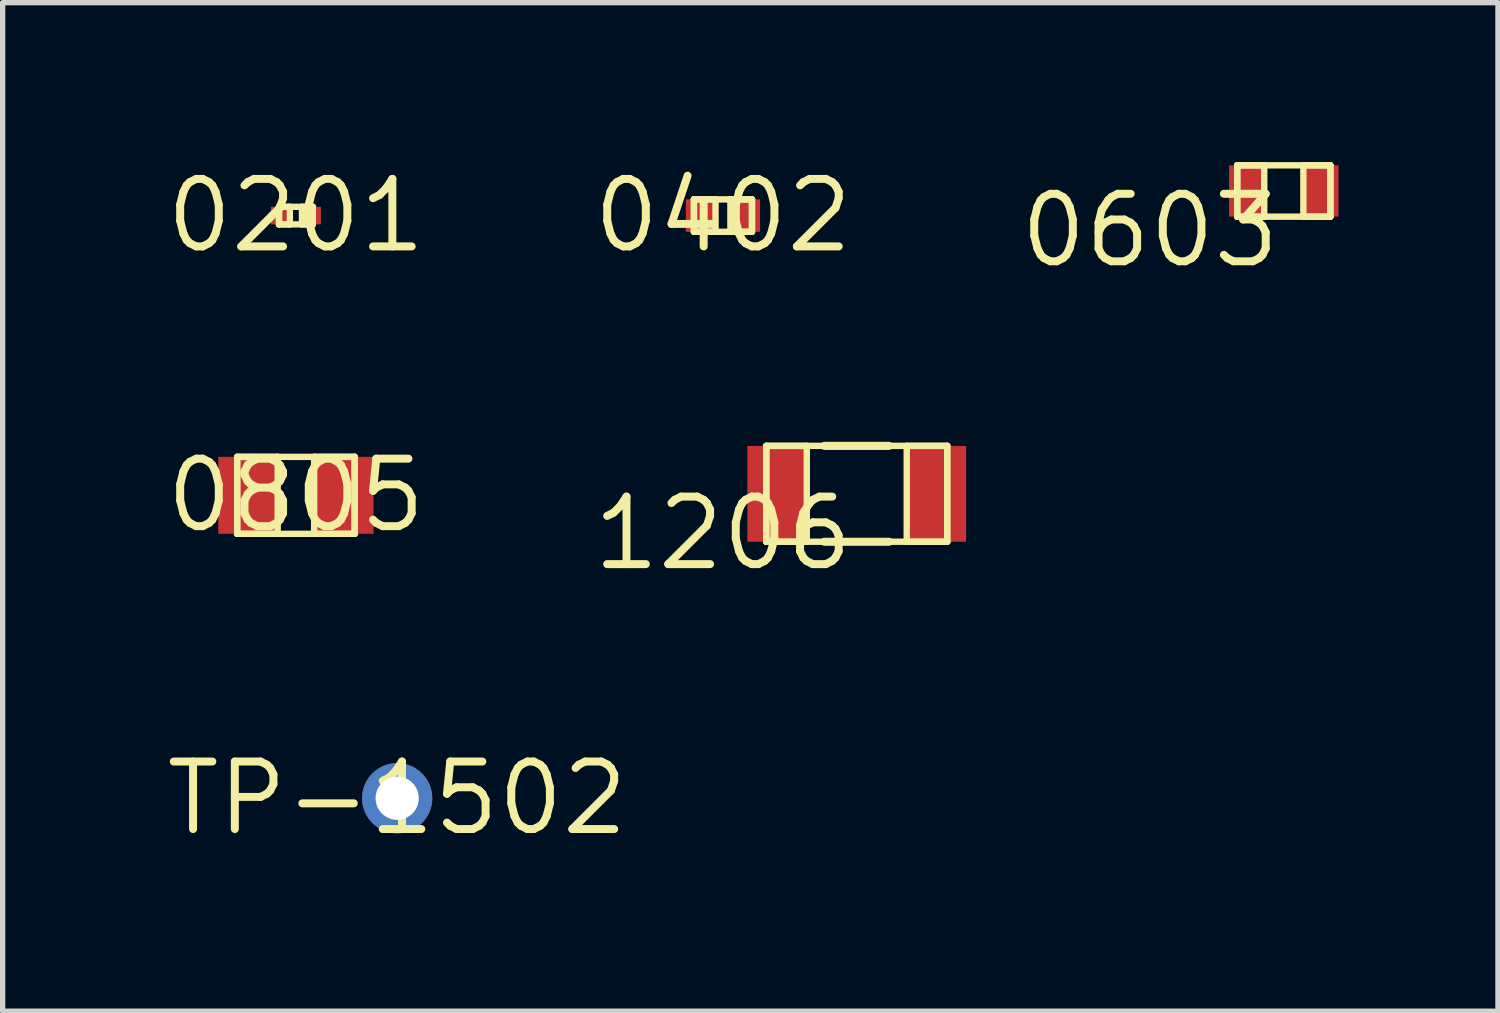
<source format=kicad_pcb>
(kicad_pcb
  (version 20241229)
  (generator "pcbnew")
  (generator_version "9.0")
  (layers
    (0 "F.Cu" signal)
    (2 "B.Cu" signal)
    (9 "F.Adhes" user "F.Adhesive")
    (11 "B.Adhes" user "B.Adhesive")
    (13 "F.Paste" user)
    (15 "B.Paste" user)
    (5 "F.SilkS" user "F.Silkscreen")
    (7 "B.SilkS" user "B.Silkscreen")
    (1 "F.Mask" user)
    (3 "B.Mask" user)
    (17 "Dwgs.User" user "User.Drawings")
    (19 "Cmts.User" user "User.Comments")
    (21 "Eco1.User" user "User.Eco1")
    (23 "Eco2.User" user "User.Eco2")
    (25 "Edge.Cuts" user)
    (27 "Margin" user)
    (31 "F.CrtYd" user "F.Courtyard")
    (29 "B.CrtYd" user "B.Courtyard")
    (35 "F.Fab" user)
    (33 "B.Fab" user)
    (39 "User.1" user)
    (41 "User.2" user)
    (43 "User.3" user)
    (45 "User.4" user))
  (footprint "0402"
    (layer "F.Cu")
    (at 10.551 1.006)
    (property "Reference" "0402" (at 0 0 0) (layer "F.SilkS") (effects (font (size 1.27 1.27) (thickness 0.15))))
    (attr through_hole)
    (fp_line (start -0.546 -0.305) (end -0.546 0.305) (stroke (width 0.12) (type solid)) (layer "F.SilkS"))
    (fp_line (start -0.546 -0.305) (end -0.546 0.305) (stroke (width 0.12) (type solid)) (layer "F.SilkS"))
    (fp_line (start -0.546 0.305) (end -0.14 0.305) (stroke (width 0.12) (type solid)) (layer "F.SilkS"))
    (fp_line (start -0.546 0.305) (end 0.546 0.305) (stroke (width 0.12) (type solid)) (layer "F.SilkS"))
    (fp_line (start -0.14 -0.305) (end -0.546 -0.305) (stroke (width 0.12) (type solid)) (layer "F.SilkS"))
    (fp_line (start -0.14 0.305) (end -0.14 -0.305) (stroke (width 0.12) (type solid)) (layer "F.SilkS"))
    (fp_line (start 0.14 -0.305) (end 0.14 0.305) (stroke (width 0.12) (type solid)) (layer "F.SilkS"))
    (fp_line (start 0.14 0.305) (end 0.546 0.305) (stroke (width 0.12) (type solid)) (layer "F.SilkS"))
    (fp_line (start 0.546 -0.305) (end -0.546 -0.305) (stroke (width 0.12) (type solid)) (layer "F.SilkS"))
    (fp_line (start 0.546 -0.305) (end 0.14 -0.305) (stroke (width 0.12) (type solid)) (layer "F.SilkS"))
    (fp_line (start 0.546 0.305) (end 0.546 -0.305) (stroke (width 0.12) (type solid)) (layer "F.SilkS"))
    (fp_line (start 0.546 0.305) (end 0.546 -0.305) (stroke (width 0.12) (type solid)) (layer "F.SilkS"))
    (pad "1" smd rect (at -0.419 0) (size 0.559 0.61) (layers "F.Cu" "F.Mask" "F.Paste"))
    (pad "2" smd rect (at 0.419 0) (size 0.559 0.61) (layers "F.Cu" "F.Mask" "F.Paste")))
  (footprint "0201"
    (layer "F.Cu")
    (at 2.517 1.006)
    (property "Reference" "0201" (at 0 0 0) (layer "F.SilkS") (effects (font (size 1.27 1.27) (thickness 0.15))))
    (attr through_hole)
    (fp_line (start -0.318 -0.165) (end -0.318 0.165) (stroke (width 0.12) (type solid)) (layer "F.SilkS"))
    (fp_line (start -0.318 -0.165) (end -0.318 0.165) (stroke (width 0.12) (type solid)) (layer "F.SilkS"))
    (fp_line (start -0.318 0.165) (end -0.114 0.165) (stroke (width 0.12) (type solid)) (layer "F.SilkS"))
    (fp_line (start -0.318 0.165) (end 0.318 0.165) (stroke (width 0.12) (type solid)) (layer "F.SilkS"))
    (fp_line (start -0.114 -0.165) (end -0.318 -0.165) (stroke (width 0.12) (type solid)) (layer "F.SilkS"))
    (fp_line (start -0.114 0.165) (end -0.114 -0.165) (stroke (width 0.12) (type solid)) (layer "F.SilkS"))
    (fp_line (start 0.114 -0.165) (end 0.114 0.165) (stroke (width 0.12) (type solid)) (layer "F.SilkS"))
    (fp_line (start 0.114 0.165) (end 0.318 0.165) (stroke (width 0.12) (type solid)) (layer "F.SilkS"))
    (fp_line (start 0.318 -0.165) (end -0.318 -0.165) (stroke (width 0.12) (type solid)) (layer "F.SilkS"))
    (fp_line (start 0.318 -0.165) (end 0.114 -0.165) (stroke (width 0.12) (type solid)) (layer "F.SilkS"))
    (fp_line (start 0.318 0.165) (end 0.318 -0.165) (stroke (width 0.12) (type solid)) (layer "F.SilkS"))
    (fp_line (start 0.318 0.165) (end 0.318 -0.165) (stroke (width 0.12) (type solid)) (layer "F.SilkS"))
    (pad "1" smd rect (at -0.292 0) (size 0.356 0.33) (layers "F.Cu" "F.Mask" "F.Paste"))
    (pad "2" smd rect (at 0.292 0) (size 0.356 0.33) (layers "F.Cu" "F.Mask" "F.Paste")))
  (footprint "TP-1502"
    (layer "F.Cu")
    (at 4.422 11.967)
    (property "Reference" "TP-1502" (at 0 0 0) (layer "F.SilkS") (effects (font (size 1.27 1.27) (thickness 0.15))))
    (attr through_hole)
    (pad "1" thru_hole circle (at 0 0) (size 1.321 1.321) (drill 0.813) (layers "*.Cu" "*.Mask")))
  (footprint "0805"
    (layer "F.Cu")
    (at 2.517 6.269)
    (property "Reference" "0805" (at 0 0 0) (layer "F.SilkS") (effects (font (size 1.27 1.27) (thickness 0.15))))
    (attr through_hole)
    (fp_line (start -1.105 -0.724) (end -1.105 0.724) (stroke (width 0.12) (type solid)) (layer "F.SilkS"))
    (fp_line (start -1.105 -0.724) (end -1.105 0.724) (stroke (width 0.12) (type solid)) (layer "F.SilkS"))
    (fp_line (start -1.105 0.724) (end -0.343 0.724) (stroke (width 0.12) (type solid)) (layer "F.SilkS"))
    (fp_line (start -1.105 0.724) (end 1.105 0.724) (stroke (width 0.12) (type solid)) (layer "F.SilkS"))
    (fp_line (start -0.343 -0.724) (end -1.105 -0.724) (stroke (width 0.12) (type solid)) (layer "F.SilkS"))
    (fp_line (start -0.343 0.724) (end -0.343 -0.724) (stroke (width 0.12) (type solid)) (layer "F.SilkS"))
    (fp_line (start 0.343 -0.724) (end 0.343 0.724) (stroke (width 0.12) (type solid)) (layer "F.SilkS"))
    (fp_line (start 0.343 0.724) (end 1.105 0.724) (stroke (width 0.12) (type solid)) (layer "F.SilkS"))
    (fp_line (start 1.105 -0.724) (end -1.105 -0.724) (stroke (width 0.12) (type solid)) (layer "F.SilkS"))
    (fp_line (start 1.105 -0.724) (end 0.343 -0.724) (stroke (width 0.12) (type solid)) (layer "F.SilkS"))
    (fp_line (start 1.105 0.724) (end 1.105 -0.724) (stroke (width 0.12) (type solid)) (layer "F.SilkS"))
    (fp_line (start 1.105 0.724) (end 1.105 -0.724) (stroke (width 0.12) (type solid)) (layer "F.SilkS"))
    (pad "1" smd rect (at -0.902 0) (size 1.118 1.448) (layers "F.Cu" "F.Mask" "F.Paste"))
    (pad "2" smd rect (at 0.902 0) (size 1.118 1.448) (layers "F.Cu" "F.Mask" "F.Paste")))
  (footprint "1206"
    (layer "F.Cu")
    (at 13.068 6.24)
    (property "Reference" "1206" (at 0 0 0) (layer "F.SilkS") (effects (font (size 1.27 1.27) (thickness 0.15)) (justify right top)))
    (attr through_hole)
    (fp_line (start -1.702 -0.902) (end -1.702 0.902) (stroke (width 0.12) (type solid)) (layer "F.SilkS"))
    (fp_line (start -1.702 -0.902) (end -1.702 0.902) (stroke (width 0.12) (type solid)) (layer "F.SilkS"))
    (fp_line (start -1.702 0.902) (end -0.94 0.902) (stroke (width 0.12) (type solid)) (layer "F.SilkS"))
    (fp_line (start -1.702 0.902) (end 1.702 0.902) (stroke (width 0.12) (type solid)) (layer "F.SilkS"))
    (fp_line (start -0.94 -0.902) (end -1.702 -0.902) (stroke (width 0.12) (type solid)) (layer "F.SilkS"))
    (fp_line (start -0.94 0.902) (end -0.94 -0.902) (stroke (width 0.12) (type solid)) (layer "F.SilkS"))
    (fp_line (start -0.607 0.902) (end 0.607 0.902) (stroke (width 0.152) (type solid)) (layer "F.SilkS"))
    (fp_line (start 0.607 -0.902) (end -0.607 -0.902) (stroke (width 0.152) (type solid)) (layer "F.SilkS"))
    (fp_line (start 0.94 -0.902) (end 0.94 0.902) (stroke (width 0.12) (type solid)) (layer "F.SilkS"))
    (fp_line (start 0.94 0.902) (end 1.702 0.902) (stroke (width 0.12) (type solid)) (layer "F.SilkS"))
    (fp_line (start 1.702 -0.902) (end -1.702 -0.902) (stroke (width 0.12) (type solid)) (layer "F.SilkS"))
    (fp_line (start 1.702 -0.902) (end 0.94 -0.902) (stroke (width 0.12) (type solid)) (layer "F.SilkS"))
    (fp_line (start 1.702 0.902) (end 1.702 -0.902) (stroke (width 0.12) (type solid)) (layer "F.SilkS"))
    (fp_line (start 1.702 0.902) (end 1.702 -0.902) (stroke (width 0.12) (type solid)) (layer "F.SilkS"))
    (pad "1" smd rect (at -1.499 0) (size 1.118 1.803) (layers "F.Cu" "F.Mask" "F.Paste"))
    (pad "2" smd rect (at 1.499 0) (size 1.118 1.803) (layers "F.Cu" "F.Mask" "F.Paste")))
  (footprint "0603"
    (layer "F.Cu")
    (at 21.102 0.543)
    (property "Reference" "0603" (at 0 0 0) (layer "F.SilkS") (effects (font (size 1.27 1.27) (thickness 0.15)) (justify right top)))
    (attr through_hole)
    (fp_line (start -0.876 -0.483) (end -0.876 0.483) (stroke (width 0.12) (type solid)) (layer "F.SilkS"))
    (fp_line (start -0.876 -0.483) (end -0.876 0.483) (stroke (width 0.12) (type solid)) (layer "F.SilkS"))
    (fp_line (start -0.876 0.483) (end -0.368 0.483) (stroke (width 0.12) (type solid)) (layer "F.SilkS"))
    (fp_line (start -0.876 0.483) (end 0.876 0.483) (stroke (width 0.12) (type solid)) (layer "F.SilkS"))
    (fp_line (start -0.368 -0.483) (end -0.876 -0.483) (stroke (width 0.12) (type solid)) (layer "F.SilkS"))
    (fp_line (start -0.368 0.483) (end -0.368 -0.483) (stroke (width 0.12) (type solid)) (layer "F.SilkS"))
    (fp_line (start 0.368 -0.483) (end 0.368 0.483) (stroke (width 0.12) (type solid)) (layer "F.SilkS"))
    (fp_line (start 0.368 0.483) (end 0.876 0.483) (stroke (width 0.12) (type solid)) (layer "F.SilkS"))
    (fp_line (start 0.876 -0.483) (end -0.876 -0.483) (stroke (width 0.12) (type solid)) (layer "F.SilkS"))
    (fp_line (start 0.876 -0.483) (end 0.368 -0.483) (stroke (width 0.12) (type solid)) (layer "F.SilkS"))
    (fp_line (start 0.876 0.483) (end 0.876 -0.483) (stroke (width 0.12) (type solid)) (layer "F.SilkS"))
    (fp_line (start 0.876 0.483) (end 0.876 -0.483) (stroke (width 0.12) (type solid)) (layer "F.SilkS"))
    (pad "1" smd rect (at -0.699 0) (size 0.66 0.965) (layers "F.Cu" "F.Mask" "F.Paste"))
    (pad "2" smd rect (at 0.699 0) (size 0.66 0.965) (layers "F.Cu" "F.Mask" "F.Paste")))
  (gr_rect
    (start -3 -3)
    (end 25.131 15.973)
    (stroke (width 0.1) (type default))
    (fill no)
    (layer "Edge.Cuts")))
</source>
